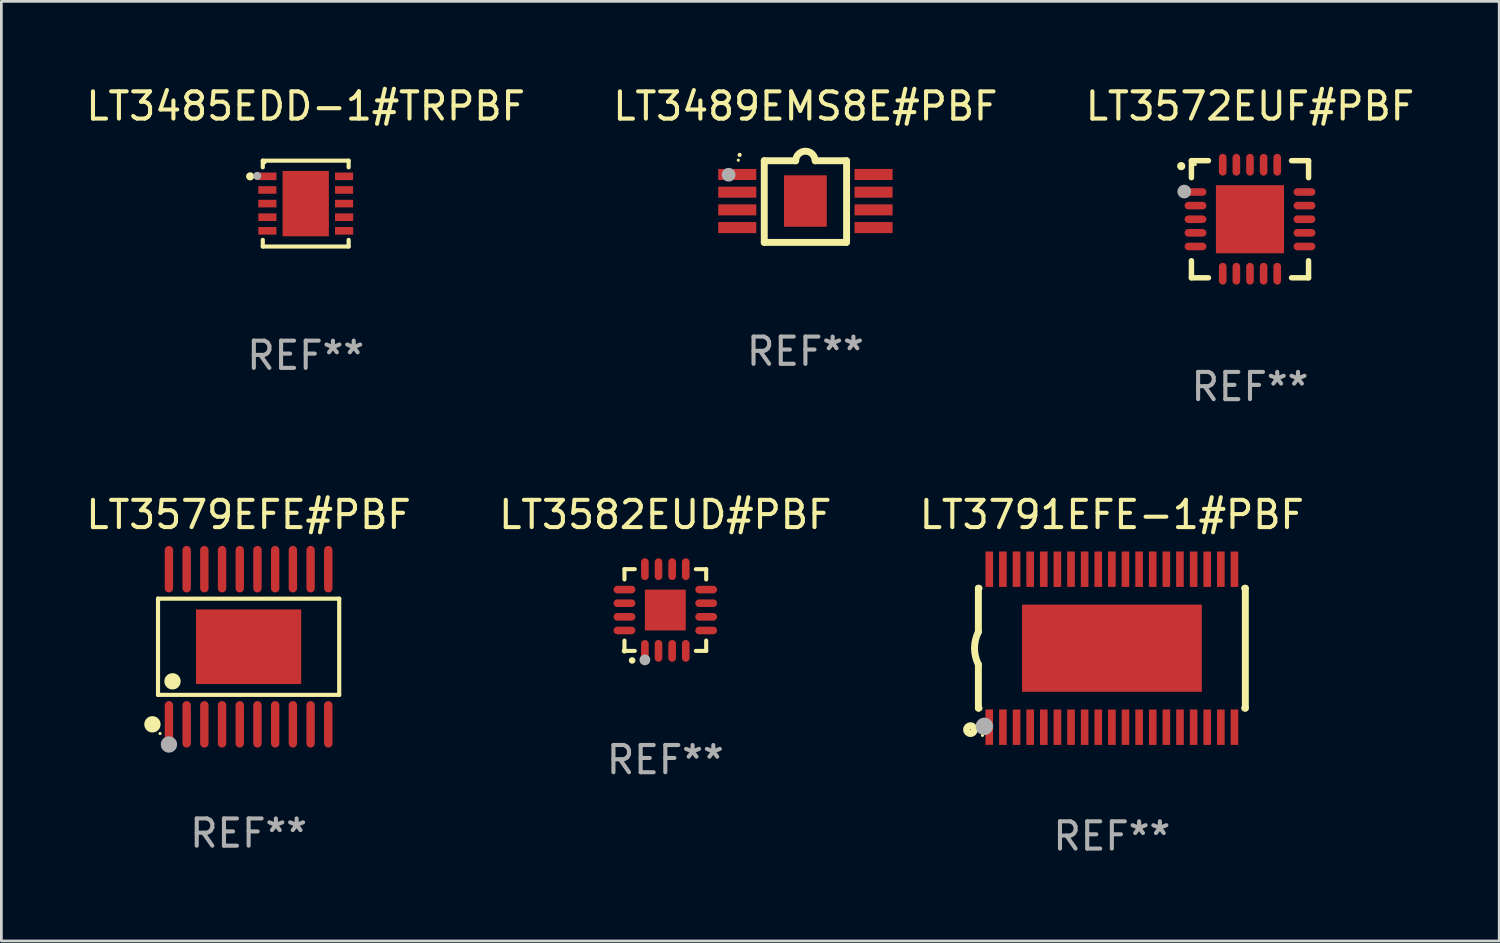
<source format=kicad_pcb>
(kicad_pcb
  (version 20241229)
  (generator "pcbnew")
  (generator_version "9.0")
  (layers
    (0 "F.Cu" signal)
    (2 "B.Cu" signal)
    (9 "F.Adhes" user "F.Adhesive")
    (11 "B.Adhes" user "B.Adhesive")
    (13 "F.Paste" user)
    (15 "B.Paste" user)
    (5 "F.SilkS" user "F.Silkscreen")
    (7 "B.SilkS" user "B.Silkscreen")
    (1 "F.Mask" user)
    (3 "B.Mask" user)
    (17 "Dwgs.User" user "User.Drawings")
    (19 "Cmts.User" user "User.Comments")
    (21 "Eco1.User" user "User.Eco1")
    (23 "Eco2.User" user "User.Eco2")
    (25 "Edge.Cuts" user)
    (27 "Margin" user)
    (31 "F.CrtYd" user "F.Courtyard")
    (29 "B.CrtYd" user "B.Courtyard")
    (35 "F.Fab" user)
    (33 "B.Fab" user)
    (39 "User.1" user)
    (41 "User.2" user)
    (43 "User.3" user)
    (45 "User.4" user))
  (footprint "LT3489EMS8E#PBF"
    (layer "F.Cu")
    (at 26.518 4.35)
    (property "Reference" "LT3489EMS8E#PBF" (at 0 -3.501 0) (layer "F.SilkS") (effects (font (size 1 1) (thickness 0.15))))
    (attr through_hole)
    (fp_line (start -1.511 -1.501) (end -1.511 1.499) (stroke (width 0.254) (type solid)) (layer "F.SilkS"))
    (fp_line (start -1.511 -1.499) (end -0.4 -1.499) (stroke (width 0.254) (type solid)) (layer "F.SilkS"))
    (fp_line (start -1.511 1.499) (end 1.489 1.499) (stroke (width 0.254) (type solid)) (layer "F.SilkS"))
    (fp_line (start 0.4 -1.499) (end 1.511 -1.499) (stroke (width 0.254) (type solid)) (layer "F.SilkS"))
    (fp_line (start 1.511 -1.499) (end 1.511 1.501) (stroke (width 0.254) (type solid)) (layer "F.SilkS"))
    (fp_arc (start -2.415138 -1.713233) (mid -2.415144 -1.714503) (end -2.415138 -1.715773) (stroke (width 0.150013) (type solid)) (layer "F.SilkS"))
    (fp_arc (start -0.355728 -1.493396) (mid -0.000127 -1.848997) (end 0.355474 -1.493396) (stroke (width 0.254001) (type solid)) (layer "F.SilkS"))
    (fp_circle (center -2.464 -1.519) (end -2.434 -1.519) (stroke (width 0.06) (type solid)) (fill no) (layer "F.SilkS"))
    (fp_circle (center -2.819 -0.985) (end -2.692 -0.985) (stroke (width 0.254) (type solid)) (fill no) (layer "F.Fab"))
    (fp_text user "REF**" (at 0 5.501 0) (layer "F.Fab") (effects (font (size 1 1) (thickness 0.15))))
    (pad "1" smd rect (at -2.502 -0.995) (size 1.397 0.406) (layers "F.Cu" "F.Mask" "F.Paste"))
    (pad "2" smd rect (at -2.502 -0.345) (size 1.397 0.406) (layers "F.Cu" "F.Mask" "F.Paste"))
    (pad "3" smd rect (at -2.502 0.305) (size 1.397 0.406) (layers "F.Cu" "F.Mask" "F.Paste"))
    (pad "4" smd rect (at -2.502 0.955) (size 1.397 0.406) (layers "F.Cu" "F.Mask" "F.Paste"))
    (pad "5" smd rect (at 2.502 0.955) (size 1.397 0.406) (layers "F.Cu" "F.Mask" "F.Paste"))
    (pad "6" smd rect (at 2.502 0.305) (size 1.397 0.406) (layers "F.Cu" "F.Mask" "F.Paste"))
    (pad "7" smd rect (at 2.502 -0.345) (size 1.397 0.406) (layers "F.Cu" "F.Mask" "F.Paste"))
    (pad "8" smd rect (at 2.502 -0.995) (size 1.397 0.406) (layers "F.Cu" "F.Mask" "F.Paste"))
    (pad "9" smd rect (at 0 -0.02 180) (size 1.57 1.89) (layers "F.Cu" "F.Mask" "F.Paste")))
  (footprint "LT3582EUD#PBF"
    (layer "F.Cu")
    (at 21.375 19.345)
    (property "Reference" "LT3582EUD#PBF" (at 0 -3.5 0) (layer "F.SilkS") (effects (font (size 1 1) (thickness 0.15))))
    (attr through_hole)
    (fp_line (start -1.5 -1.5) (end -1.121 -1.5) (stroke (width 0.15) (type solid)) (layer "F.SilkS"))
    (fp_line (start -1.5 -1.122) (end -1.5 -1.5) (stroke (width 0.15) (type solid)) (layer "F.SilkS"))
    (fp_line (start -1.5 1.5) (end -1.5 1.121) (stroke (width 0.15) (type solid)) (layer "F.SilkS"))
    (fp_line (start -1.121 1.5) (end -1.5 1.5) (stroke (width 0.15) (type solid)) (layer "F.SilkS"))
    (fp_line (start 1.121 -1.5) (end 1.5 -1.5) (stroke (width 0.15) (type solid)) (layer "F.SilkS"))
    (fp_line (start 1.5 -1.5) (end 1.5 -1.122) (stroke (width 0.15) (type solid)) (layer "F.SilkS"))
    (fp_line (start 1.5 1.121) (end 1.5 1.5) (stroke (width 0.15) (type solid)) (layer "F.SilkS"))
    (fp_line (start 1.5 1.5) (end 1.121 1.5) (stroke (width 0.15) (type solid)) (layer "F.SilkS"))
    (fp_arc (start -1.219926 1.850254) (mid -1.21891 1.85025) (end -1.217894 1.850254) (stroke (width 0.240005) (type solid)) (layer "F.SilkS"))
    (fp_circle (center -1.5 1.5) (end -1.45 1.5) (stroke (width 0.1) (type solid)) (fill no) (layer "F.SilkS"))
    (fp_circle (center -0.75 1.83) (end -0.65 1.83) (stroke (width 0.2) (type solid)) (fill no) (layer "F.Fab"))
    (fp_text user "REF**" (at 0 5.5 0) (layer "F.Fab") (effects (font (size 1 1) (thickness 0.15))))
    (pad "1" smd oval (at -0.75 1.5) (size 0.28 0.8) (layers "F.Cu" "F.Mask" "F.Paste"))
    (pad "2" smd oval (at -0.25 1.5) (size 0.28 0.8) (layers "F.Cu" "F.Mask" "F.Paste"))
    (pad "3" smd oval (at 0.25 1.5) (size 0.28 0.8) (layers "F.Cu" "F.Mask" "F.Paste"))
    (pad "4" smd oval (at 0.75 1.5) (size 0.28 0.8) (layers "F.Cu" "F.Mask" "F.Paste"))
    (pad "5" smd oval (at 1.5 0.75) (size 0.8 0.28) (layers "F.Cu" "F.Mask" "F.Paste"))
    (pad "6" smd oval (at 1.5 0.25) (size 0.8 0.28) (layers "F.Cu" "F.Mask" "F.Paste"))
    (pad "7" smd oval (at 1.5 -0.25) (size 0.8 0.28) (layers "F.Cu" "F.Mask" "F.Paste"))
    (pad "8" smd oval (at 1.5 -0.75) (size 0.8 0.28) (layers "F.Cu" "F.Mask" "F.Paste"))
    (pad "9" smd oval (at 0.75 -1.5) (size 0.28 0.8) (layers "F.Cu" "F.Mask" "F.Paste"))
    (pad "10" smd oval (at 0.25 -1.5) (size 0.28 0.8) (layers "F.Cu" "F.Mask" "F.Paste"))
    (pad "11" smd oval (at -0.25 -1.5) (size 0.28 0.8) (layers "F.Cu" "F.Mask" "F.Paste"))
    (pad "12" smd oval (at -0.75 -1.5) (size 0.28 0.8) (layers "F.Cu" "F.Mask" "F.Paste"))
    (pad "13" smd oval (at -1.5 -0.75) (size 0.8 0.28) (layers "F.Cu" "F.Mask" "F.Paste"))
    (pad "14" smd oval (at -1.5 -0.25) (size 0.8 0.28) (layers "F.Cu" "F.Mask" "F.Paste"))
    (pad "15" smd oval (at -1.5 0.25) (size 0.8 0.28) (layers "F.Cu" "F.Mask" "F.Paste"))
    (pad "16" smd oval (at -1.5 0.75) (size 0.8 0.28) (layers "F.Cu" "F.Mask" "F.Paste"))
    (pad "17" smd rect (at -0.000064 0.000165) (size 1.5 1.5) (layers "F.Cu" "F.Mask" "F.Paste")))
  (footprint "LT3572EUF#PBF"
    (layer "F.Cu")
    (at 42.839 4.998)
    (property "Reference" "LT3572EUF#PBF" (at 0 -4.15 0) (layer "F.SilkS") (effects (font (size 1 1) (thickness 0.15))))
    (attr through_hole)
    (fp_line (start -2.15 -2.15) (end -1.525 -2.15) (stroke (width 0.2) (type solid)) (layer "F.SilkS"))
    (fp_line (start -2.15 -1.525) (end -2.15 -2.15) (stroke (width 0.2) (type solid)) (layer "F.SilkS"))
    (fp_line (start -2.15 1.525) (end -2.15 2.15) (stroke (width 0.2) (type solid)) (layer "F.SilkS"))
    (fp_line (start -2.15 2.15) (end -1.525 2.15) (stroke (width 0.2) (type solid)) (layer "F.SilkS"))
    (fp_line (start 1.525 2.15) (end 2.15 2.15) (stroke (width 0.2) (type solid)) (layer "F.SilkS"))
    (fp_line (start 2.15 -2.15) (end 1.525 -2.15) (stroke (width 0.2) (type solid)) (layer "F.SilkS"))
    (fp_line (start 2.15 -1.525) (end 2.15 -2.15) (stroke (width 0.2) (type solid)) (layer "F.SilkS"))
    (fp_line (start 2.15 2.15) (end 2.15 1.525) (stroke (width 0.2) (type solid)) (layer "F.SilkS"))
    (fp_arc (start -2.524765 -1.948184) (mid -2.52477 -1.949454) (end -2.524765 -1.950724) (stroke (width 0.3) (type solid)) (layer "F.SilkS"))
    (fp_circle (center -2.01 -2.009) (end -1.98 -2.009) (stroke (width 0.06) (type solid)) (fill no) (layer "F.SilkS"))
    (fp_circle (center -2.413 -1.016) (end -2.286 -1.016) (stroke (width 0.254) (type solid)) (fill no) (layer "F.Fab"))
    (fp_text user "REF**" (at 0 6.15 0) (layer "F.Fab") (effects (font (size 1 1) (thickness 0.15))))
    (pad "1" smd oval (at -2 -1 90) (size 0.28 0.8) (layers "F.Cu" "F.Mask" "F.Paste"))
    (pad "2" smd oval (at -2 -0.5 90) (size 0.28 0.8) (layers "F.Cu" "F.Mask" "F.Paste"))
    (pad "3" smd oval (at -2 0.000076 90) (size 0.28 0.8) (layers "F.Cu" "F.Mask" "F.Paste"))
    (pad "4" smd oval (at -2 0.5 90) (size 0.28 0.8) (layers "F.Cu" "F.Mask" "F.Paste"))
    (pad "5" smd oval (at -2 1 90) (size 0.28 0.8) (layers "F.Cu" "F.Mask" "F.Paste"))
    (pad "6" smd oval (at -1 2) (size 0.28 0.8) (layers "F.Cu" "F.Mask" "F.Paste"))
    (pad "7" smd oval (at -0.5 2) (size 0.28 0.8) (layers "F.Cu" "F.Mask" "F.Paste"))
    (pad "8" smd oval (at -0.000076 2) (size 0.28 0.8) (layers "F.Cu" "F.Mask" "F.Paste"))
    (pad "9" smd oval (at 0.5 2) (size 0.28 0.8) (layers "F.Cu" "F.Mask" "F.Paste"))
    (pad "10" smd oval (at 1 2) (size 0.28 0.8) (layers "F.Cu" "F.Mask" "F.Paste"))
    (pad "11" smd oval (at 2 1 90) (size 0.28 0.8) (layers "F.Cu" "F.Mask" "F.Paste"))
    (pad "12" smd oval (at 2 0.5 90) (size 0.28 0.8) (layers "F.Cu" "F.Mask" "F.Paste"))
    (pad "13" smd oval (at 2 0.000076 90) (size 0.28 0.8) (layers "F.Cu" "F.Mask" "F.Paste"))
    (pad "14" smd oval (at 2 -0.5 90) (size 0.28 0.8) (layers "F.Cu" "F.Mask" "F.Paste"))
    (pad "15" smd oval (at 2 -1 90) (size 0.28 0.8) (layers "F.Cu" "F.Mask" "F.Paste"))
    (pad "16" smd oval (at 1 -2) (size 0.28 0.8) (layers "F.Cu" "F.Mask" "F.Paste"))
    (pad "17" smd oval (at 0.5 -2) (size 0.28 0.8) (layers "F.Cu" "F.Mask" "F.Paste"))
    (pad "18" smd oval (at -0.000076 -2) (size 0.28 0.8) (layers "F.Cu" "F.Mask" "F.Paste"))
    (pad "19" smd oval (at -0.5 -2) (size 0.28 0.8) (layers "F.Cu" "F.Mask" "F.Paste"))
    (pad "20" smd oval (at -1 -2) (size 0.28 0.8) (layers "F.Cu" "F.Mask" "F.Paste"))
    (pad "21" smd rect (at -0.000076 0.000076) (size 2.5 2.5) (layers "F.Cu" "F.Mask" "F.Paste")))
  (footprint "LT3579EFE#PBF"
    (layer "F.Cu")
    (at 6.077 20.693)
    (property "Reference" "LT3579EFE#PBF" (at 0 -4.848 0) (layer "F.SilkS") (effects (font (size 1 1) (thickness 0.15))))
    (attr through_hole)
    (fp_line (start -3.326 -1.766) (end 3.326 -1.766) (stroke (width 0.152) (type solid)) (layer "F.SilkS"))
    (fp_line (start -3.326 1.766) (end -3.326 -1.766) (stroke (width 0.152) (type solid)) (layer "F.SilkS"))
    (fp_line (start 3.326 -1.766) (end 3.326 1.766) (stroke (width 0.152) (type solid)) (layer "F.SilkS"))
    (fp_line (start 3.326 1.766) (end -3.326 1.766) (stroke (width 0.152) (type solid)) (layer "F.SilkS"))
    (fp_circle (center -3.531 2.848) (end -3.381 2.848) (stroke (width 0.3) (type solid)) (fill no) (layer "F.SilkS"))
    (fp_circle (center -3.25 3.187) (end -3.22 3.187) (stroke (width 0.06) (type solid)) (fill no) (layer "F.SilkS"))
    (fp_circle (center -2.794 1.27) (end -2.644 1.27) (stroke (width 0.3) (type solid)) (fill no) (layer "F.SilkS"))
    (fp_circle (center -2.925 3.588) (end -2.775 3.588) (stroke (width 0.3) (type solid)) (fill no) (layer "F.Fab"))
    (fp_text user "REF**" (at 0 6.848 0) (layer "F.Fab") (effects (font (size 1 1) (thickness 0.15))))
    (pad "1" smd oval (at -2.925 2.848) (size 0.308 1.707) (layers "F.Cu" "F.Mask" "F.Paste"))
    (pad "2" smd oval (at -2.275 2.848) (size 0.308 1.707) (layers "F.Cu" "F.Mask" "F.Paste"))
    (pad "3" smd oval (at -1.625 2.848) (size 0.308 1.707) (layers "F.Cu" "F.Mask" "F.Paste"))
    (pad "4" smd oval (at -0.975 2.848) (size 0.308 1.707) (layers "F.Cu" "F.Mask" "F.Paste"))
    (pad "5" smd oval (at -0.325 2.848) (size 0.308 1.707) (layers "F.Cu" "F.Mask" "F.Paste"))
    (pad "6" smd oval (at 0.325 2.848) (size 0.308 1.707) (layers "F.Cu" "F.Mask" "F.Paste"))
    (pad "7" smd oval (at 0.975 2.848) (size 0.308 1.707) (layers "F.Cu" "F.Mask" "F.Paste"))
    (pad "8" smd oval (at 1.625 2.848) (size 0.308 1.707) (layers "F.Cu" "F.Mask" "F.Paste"))
    (pad "9" smd oval (at 2.275 2.848) (size 0.308 1.707) (layers "F.Cu" "F.Mask" "F.Paste"))
    (pad "10" smd oval (at 2.925 2.848) (size 0.308 1.707) (layers "F.Cu" "F.Mask" "F.Paste"))
    (pad "11" smd oval (at 2.925 -2.848) (size 0.308 1.707) (layers "F.Cu" "F.Mask" "F.Paste"))
    (pad "12" smd oval (at 2.275 -2.848) (size 0.308 1.707) (layers "F.Cu" "F.Mask" "F.Paste"))
    (pad "13" smd oval (at 1.625 -2.848) (size 0.308 1.707) (layers "F.Cu" "F.Mask" "F.Paste"))
    (pad "14" smd oval (at 0.975 -2.848) (size 0.308 1.707) (layers "F.Cu" "F.Mask" "F.Paste"))
    (pad "15" smd oval (at 0.325 -2.848) (size 0.308 1.707) (layers "F.Cu" "F.Mask" "F.Paste"))
    (pad "16" smd oval (at -0.325 -2.848) (size 0.308 1.707) (layers "F.Cu" "F.Mask" "F.Paste"))
    (pad "17" smd oval (at -0.975 -2.848) (size 0.308 1.707) (layers "F.Cu" "F.Mask" "F.Paste"))
    (pad "18" smd oval (at -1.625 -2.848) (size 0.308 1.707) (layers "F.Cu" "F.Mask" "F.Paste"))
    (pad "19" smd oval (at -2.275 -2.848) (size 0.308 1.707) (layers "F.Cu" "F.Mask" "F.Paste"))
    (pad "20" smd oval (at -2.925 -2.848) (size 0.308 1.707) (layers "F.Cu" "F.Mask" "F.Paste"))
    (pad "21" smd rect (at 0 0) (size 3.86 2.74) (layers "F.Cu" "F.Mask" "F.Paste")))
  (footprint "LT3791EFE-1#PBF"
    (layer "F.Cu")
    (at 37.768 20.746)
    (property "Reference" "LT3791EFE-1#PBF" (at 0 -4.901 0) (layer "F.SilkS") (effects (font (size 1 1) (thickness 0.15))))
    (attr through_hole)
    (fp_line (start -4.9 -2.2) (end -4.9 -0.6) (stroke (width 0.254) (type solid)) (layer "F.SilkS"))
    (fp_line (start -4.9 -2.2) (end -4.876 -2.2) (stroke (width 0.254) (type solid)) (layer "F.SilkS"))
    (fp_line (start -4.9 2.2) (end -4.9 0.6) (stroke (width 0.254) (type solid)) (layer "F.SilkS"))
    (fp_line (start -4.9 2.2) (end -4.877 2.2) (stroke (width 0.254) (type solid)) (layer "F.SilkS"))
    (fp_line (start 4.876 -2.2) (end 4.9 -2.2) (stroke (width 0.254) (type solid)) (layer "F.SilkS"))
    (fp_line (start 4.877 2.2) (end 4.9 2.2) (stroke (width 0.254) (type solid)) (layer "F.SilkS"))
    (fp_line (start 4.9 -2.2) (end 4.9 2.2) (stroke (width 0.254) (type solid)) (layer "F.SilkS"))
    (fp_arc (start -4.900051 0.599822) (mid -5.041652 -0.000095) (end -4.9 -0.6) (stroke (width 0.254001) (type solid)) (layer "F.SilkS"))
    (fp_circle (center -5.19 2.99) (end -5.047 2.99) (stroke (width 0.254) (type solid)) (fill no) (layer "F.SilkS"))
    (fp_circle (center -4.75 3.2) (end -4.72 3.2) (stroke (width 0.06) (type solid)) (fill no) (layer "F.SilkS"))
    (fp_circle (center -4.68 2.87) (end -4.52 2.87) (stroke (width 0.32) (type solid)) (fill no) (layer "F.Fab"))
    (fp_text user "REF**" (at 0 6.901 0) (layer "F.Fab") (effects (font (size 1 1) (thickness 0.15))))
    (pad "1" smd rect (at -4.501 2.899) (size 0.28 1.3) (layers "F.Cu" "F.Mask" "F.Paste"))
    (pad "2" smd rect (at -3.999 2.901) (size 0.28 1.3) (layers "F.Cu" "F.Mask" "F.Paste"))
    (pad "3" smd rect (at -3.498 2.901) (size 0.28 1.3) (layers "F.Cu" "F.Mask" "F.Paste"))
    (pad "4" smd rect (at -2.999 2.901) (size 0.28 1.3) (layers "F.Cu" "F.Mask" "F.Paste"))
    (pad "5" smd rect (at -2.499 2.901) (size 0.28 1.3) (layers "F.Cu" "F.Mask" "F.Paste"))
    (pad "6" smd rect (at -1.999 2.901) (size 0.28 1.3) (layers "F.Cu" "F.Mask" "F.Paste"))
    (pad "7" smd rect (at -1.499 2.901) (size 0.28 1.3) (layers "F.Cu" "F.Mask" "F.Paste"))
    (pad "8" smd rect (at -0.999 2.901) (size 0.28 1.3) (layers "F.Cu" "F.Mask" "F.Paste"))
    (pad "9" smd rect (at -0.499 2.901) (size 0.28 1.3) (layers "F.Cu" "F.Mask" "F.Paste"))
    (pad "10" smd rect (at 0.001 2.901) (size 0.28 1.3) (layers "F.Cu" "F.Mask" "F.Paste"))
    (pad "11" smd rect (at 0.501 2.901) (size 0.28 1.3) (layers "F.Cu" "F.Mask" "F.Paste"))
    (pad "12" smd rect (at 1.001 2.901) (size 0.28 1.3) (layers "F.Cu" "F.Mask" "F.Paste"))
    (pad "13" smd rect (at 1.501 2.901) (size 0.28 1.3) (layers "F.Cu" "F.Mask" "F.Paste"))
    (pad "14" smd rect (at 2.001 2.901) (size 0.28 1.3) (layers "F.Cu" "F.Mask" "F.Paste"))
    (pad "15" smd rect (at 2.501 2.901) (size 0.28 1.3) (layers "F.Cu" "F.Mask" "F.Paste"))
    (pad "16" smd rect (at 3.001 2.901) (size 0.28 1.3) (layers "F.Cu" "F.Mask" "F.Paste"))
    (pad "17" smd rect (at 3.501 2.901) (size 0.28 1.3) (layers "F.Cu" "F.Mask" "F.Paste"))
    (pad "18" smd rect (at 4.001 2.901) (size 0.28 1.3) (layers "F.Cu" "F.Mask" "F.Paste"))
    (pad "19" smd rect (at 4.501 2.901) (size 0.28 1.3) (layers "F.Cu" "F.Mask" "F.Paste"))
    (pad "20" smd rect (at 4.501 -2.899) (size 0.28 1.3) (layers "F.Cu" "F.Mask" "F.Paste"))
    (pad "21" smd rect (at 4.001 -2.9) (size 0.28 1.3) (layers "F.Cu" "F.Mask" "F.Paste"))
    (pad "22" smd rect (at 3.501 -2.899) (size 0.28 1.3) (layers "F.Cu" "F.Mask" "F.Paste"))
    (pad "23" smd rect (at 3.002 -2.899) (size 0.28 1.3) (layers "F.Cu" "F.Mask" "F.Paste"))
    (pad "24" smd rect (at 2.499 -2.901) (size 0.28 1.3) (layers "F.Cu" "F.Mask" "F.Paste"))
    (pad "25" smd rect (at 2 -2.9) (size 0.28 1.3) (layers "F.Cu" "F.Mask" "F.Paste"))
    (pad "26" smd rect (at 1.5 -2.9) (size 0.28 1.3) (layers "F.Cu" "F.Mask" "F.Paste"))
    (pad "27" smd rect (at 1 -2.9) (size 0.28 1.3) (layers "F.Cu" "F.Mask" "F.Paste"))
    (pad "28" smd rect (at 0.5 -2.9) (size 0.28 1.3) (layers "F.Cu" "F.Mask" "F.Paste"))
    (pad "29" smd rect (at 0.000127 -2.9) (size 0.28 1.3) (layers "F.Cu" "F.Mask" "F.Paste"))
    (pad "30" smd rect (at -0.5 -2.9) (size 0.28 1.3) (layers "F.Cu" "F.Mask" "F.Paste"))
    (pad "31" smd rect (at -1 -2.9) (size 0.28 1.3) (layers "F.Cu" "F.Mask" "F.Paste"))
    (pad "32" smd rect (at -1.5 -2.9) (size 0.28 1.3) (layers "F.Cu" "F.Mask" "F.Paste"))
    (pad "33" smd rect (at -2 -2.9) (size 0.28 1.3) (layers "F.Cu" "F.Mask" "F.Paste"))
    (pad "34" smd rect (at -2.5 -2.9) (size 0.28 1.3) (layers "F.Cu" "F.Mask" "F.Paste"))
    (pad "35" smd rect (at -3 -2.9) (size 0.28 1.3) (layers "F.Cu" "F.Mask" "F.Paste"))
    (pad "36" smd rect (at -3.5 -2.9) (size 0.28 1.3) (layers "F.Cu" "F.Mask" "F.Paste"))
    (pad "37" smd rect (at -4 -2.9) (size 0.28 1.3) (layers "F.Cu" "F.Mask" "F.Paste"))
    (pad "38" smd rect (at -4.5 -2.9) (size 0.28 1.3) (layers "F.Cu" "F.Mask" "F.Paste"))
    (pad "39" smd rect (at 0.003 0.001) (size 6.6 3.2) (layers "F.Cu" "F.Mask" "F.Paste")))
  (footprint "LT3485EDD-1#TRPBF"
    (layer "F.Cu")
    (at 8.173 4.424)
    (property "Reference" "LT3485EDD-1#TRPBF" (at 0 -3.576 0) (layer "F.SilkS") (effects (font (size 1 1) (thickness 0.15))))
    (attr through_hole)
    (fp_line (start -1.576 -1.576) (end 1.576 -1.576) (stroke (width 0.152) (type solid)) (layer "F.SilkS"))
    (fp_line (start -1.576 -1.331) (end -1.576 -1.576) (stroke (width 0.152) (type solid)) (layer "F.SilkS"))
    (fp_line (start -1.576 1.331) (end -1.576 1.576) (stroke (width 0.152) (type solid)) (layer "F.SilkS"))
    (fp_line (start -1.576 1.576) (end 1.576 1.576) (stroke (width 0.152) (type solid)) (layer "F.SilkS"))
    (fp_line (start 1.576 -1.576) (end 1.576 -1.331) (stroke (width 0.152) (type solid)) (layer "F.SilkS"))
    (fp_line (start 1.576 1.576) (end 1.576 1.331) (stroke (width 0.152) (type solid)) (layer "F.SilkS"))
    (fp_circle (center -2.04 -1) (end -1.965 -1) (stroke (width 0.15) (type solid)) (fill no) (layer "F.SilkS"))
    (fp_circle (center -1.5 -1.5) (end -1.47 -1.5) (stroke (width 0.06) (type solid)) (fill no) (layer "F.SilkS"))
    (fp_circle (center -1.778 -1.016) (end -1.703 -1.016) (stroke (width 0.15) (type solid)) (fill no) (layer "F.Fab"))
    (fp_text user "REF**" (at 0 5.576 0) (layer "F.Fab") (effects (font (size 1 1) (thickness 0.15))))
    (pad "1" smd rect (at -1.407 -1 270) (size 0.28 0.665) (layers "F.Cu" "F.Mask" "F.Paste"))
    (pad "2" smd rect (at -1.407 -0.5 270) (size 0.28 0.665) (layers "F.Cu" "F.Mask" "F.Paste"))
    (pad "3" smd rect (at -1.407 0.000102 270) (size 0.28 0.665) (layers "F.Cu" "F.Mask" "F.Paste"))
    (pad "4" smd rect (at -1.407 0.5 270) (size 0.28 0.665) (layers "F.Cu" "F.Mask" "F.Paste"))
    (pad "5" smd rect (at -1.407 1 270) (size 0.28 0.665) (layers "F.Cu" "F.Mask" "F.Paste"))
    (pad "6" smd rect (at 1.408 1 270) (size 0.28 0.665) (layers "F.Cu" "F.Mask" "F.Paste"))
    (pad "7" smd rect (at 1.408 0.5 270) (size 0.28 0.665) (layers "F.Cu" "F.Mask" "F.Paste"))
    (pad "8" smd rect (at 1.408 0.000102 270) (size 0.28 0.665) (layers "F.Cu" "F.Mask" "F.Paste"))
    (pad "9" smd rect (at 1.408 -0.5 270) (size 0.28 0.665) (layers "F.Cu" "F.Mask" "F.Paste"))
    (pad "10" smd rect (at 1.408 -1 270) (size 0.28 0.665) (layers "F.Cu" "F.Mask" "F.Paste"))
    (pad "11" smd rect (at -0.000051 0.000102 270) (size 2.4 1.7) (layers "F.Cu" "F.Mask" "F.Paste")))
  (gr_rect
    (start -3 -3)
    (end 51.988 31.495)
    (stroke (width 0.1) (type default))
    (fill no)
    (layer "Edge.Cuts")))
</source>
